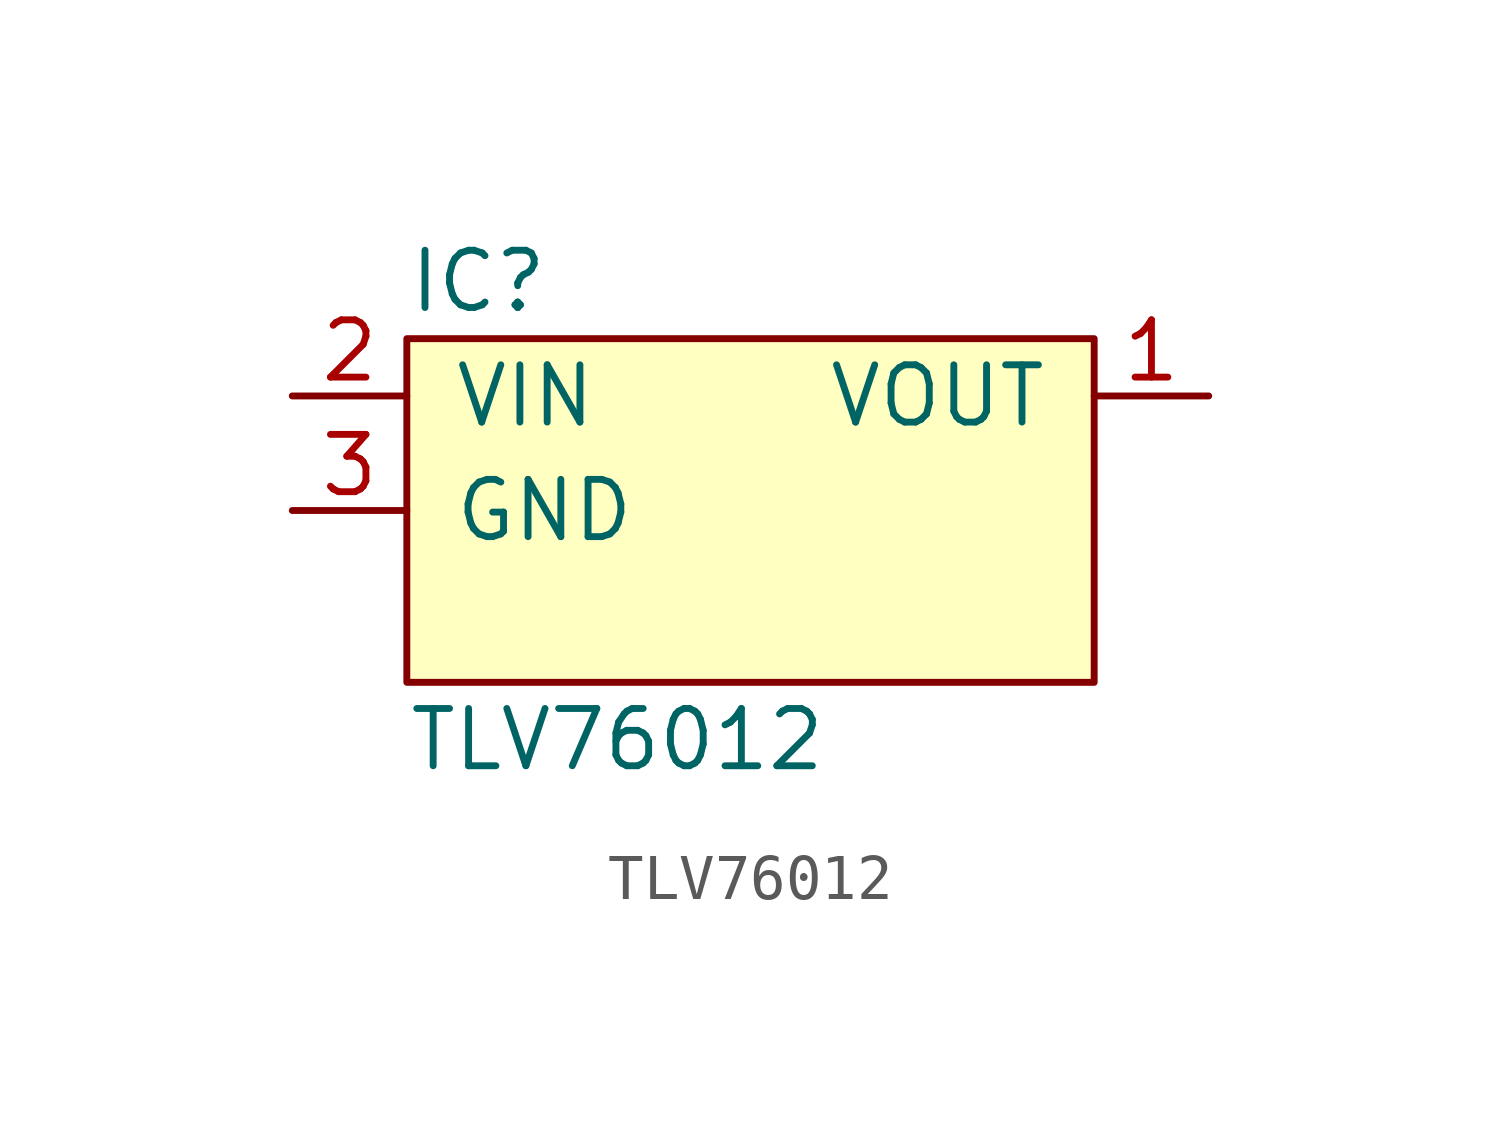
<source format=kicad_sym>
(kicad_symbol_lib
  (version 20211014)
  (generator agg_kicad.build_lib_ic)
  (symbol "TLV76012"
    (pin_names
      (offset 1.016))
    (property Reference IC
      (at -7.62 5.08 0)
      (effects (font (size 1.27 1.27)) (justify left)))
    (property Value "TLV76012"
      (at -7.62 -5.08 0)
      (effects (font (size 1.27 1.27)) (justify left)))
    (symbol "TLV76012_0_0"
      (rectangle (start -7.62 3.81) (end 7.62 -3.81) (stroke (width 0) (type default) (color 0 0 0 0)) (fill (type background)))
      (pin power_in line (at -10.16 2.54 0) (length 2.54) (name VIN (effects (font (size 1.27 1.27)))) (number "2" (effects (font (size 1.27 1.27)))))
      (pin power_in line (at -10.16 0 0) (length 2.54) (name GND (effects (font (size 1.27 1.27)))) (number "3" (effects (font (size 1.27 1.27)))))
      (pin power_out line (at 10.16 2.54 180) (length 2.54) (name VOUT (effects (font (size 1.27 1.27)))) (number "1" (effects (font (size 1.27 1.27))))))))
</source>
